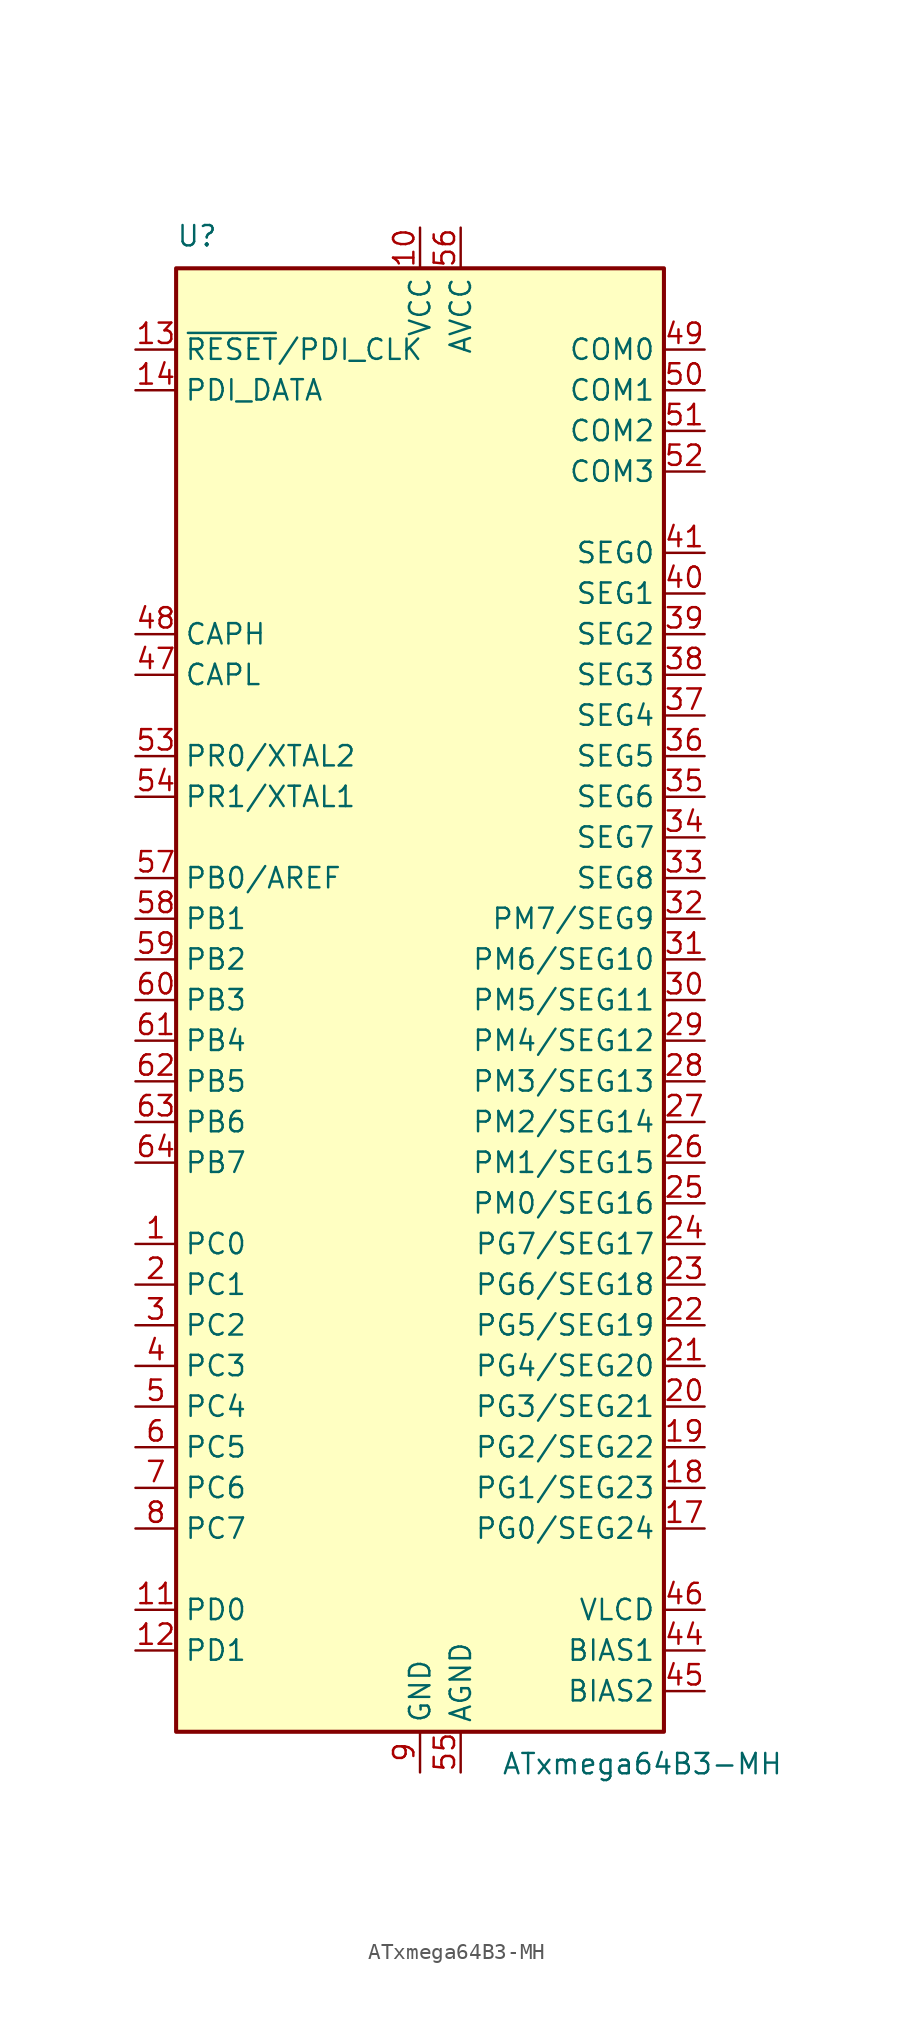
<source format=kicad_sym>
(kicad_symbol_lib
  (version 20201005)
  (generator kicad_symbol_editor)
  (symbol "ATxmega64B3-MH"
    (property "Reference" "U"
      (at -15.24 46.99 0)
      (effects (font (size 1.27 1.27)) (justify left bottom)))
    (property "Value" "ATxmega64B3-MH"
      (at 5.08 -46.99 0)
      (effects (font (size 1.27 1.27)) (justify left top)))
    (symbol "ATxmega64B3-MH_0_1"
      (rectangle (start -15.24 -45.72) (end 15.24 45.72) (stroke (width 0.254)) (fill (type background))))
    (symbol "ATxmega64B3-MH_1_1"
      (pin tri_state line (at -17.78 -15.24 0) (length 2.54) (name "PC0" (effects (font (size 1.27 1.27)))) (number "1" (effects (font (size 1.27 1.27)))))
      (pin power_in line (at 0 48.26 270) (length 2.54) (name "VCC" (effects (font (size 1.27 1.27)))) (number "10" (effects (font (size 1.27 1.27)))))
      (pin tri_state line (at -17.78 -38.1 0) (length 2.54) (name "PD0" (effects (font (size 1.27 1.27)))) (number "11" (effects (font (size 1.27 1.27)))))
      (pin tri_state line (at -17.78 -40.64 0) (length 2.54) (name "PD1" (effects (font (size 1.27 1.27)))) (number "12" (effects (font (size 1.27 1.27)))))
      (pin input line (at -17.78 40.64 0) (length 2.54) (name "~RESET~/PDI_CLK" (effects (font (size 1.27 1.27)))) (number "13" (effects (font (size 1.27 1.27)))))
      (pin bidirectional line (at -17.78 38.1 0) (length 2.54) (name "PDI_DATA" (effects (font (size 1.27 1.27)))) (number "14" (effects (font (size 1.27 1.27)))))
      (pin passive line (at 0 -48.26 90) (length 2.54) hide (name "GND" (effects (font (size 1.27 1.27)))) (number "15" (effects (font (size 1.27 1.27)))))
      (pin passive line (at 0 48.26 270) (length 2.54) hide (name "VCC" (effects (font (size 1.27 1.27)))) (number "16" (effects (font (size 1.27 1.27)))))
      (pin tri_state line (at 17.78 -33.02 180) (length 2.54) (name "PG0/SEG24" (effects (font (size 1.27 1.27)))) (number "17" (effects (font (size 1.27 1.27)))))
      (pin tri_state line (at 17.78 -30.48 180) (length 2.54) (name "PG1/SEG23" (effects (font (size 1.27 1.27)))) (number "18" (effects (font (size 1.27 1.27)))))
      (pin tri_state line (at 17.78 -27.94 180) (length 2.54) (name "PG2/SEG22" (effects (font (size 1.27 1.27)))) (number "19" (effects (font (size 1.27 1.27)))))
      (pin tri_state line (at -17.78 -17.78 0) (length 2.54) (name "PC1" (effects (font (size 1.27 1.27)))) (number "2" (effects (font (size 1.27 1.27)))))
      (pin tri_state line (at 17.78 -25.4 180) (length 2.54) (name "PG3/SEG21" (effects (font (size 1.27 1.27)))) (number "20" (effects (font (size 1.27 1.27)))))
      (pin tri_state line (at 17.78 -22.86 180) (length 2.54) (name "PG4/SEG20" (effects (font (size 1.27 1.27)))) (number "21" (effects (font (size 1.27 1.27)))))
      (pin tri_state line (at 17.78 -20.32 180) (length 2.54) (name "PG5/SEG19" (effects (font (size 1.27 1.27)))) (number "22" (effects (font (size 1.27 1.27)))))
      (pin tri_state line (at 17.78 -17.78 180) (length 2.54) (name "PG6/SEG18" (effects (font (size 1.27 1.27)))) (number "23" (effects (font (size 1.27 1.27)))))
      (pin tri_state line (at 17.78 -15.24 180) (length 2.54) (name "PG7/SEG17" (effects (font (size 1.27 1.27)))) (number "24" (effects (font (size 1.27 1.27)))))
      (pin tri_state line (at 17.78 -12.7 180) (length 2.54) (name "PM0/SEG16" (effects (font (size 1.27 1.27)))) (number "25" (effects (font (size 1.27 1.27)))))
      (pin tri_state line (at 17.78 -10.16 180) (length 2.54) (name "PM1/SEG15" (effects (font (size 1.27 1.27)))) (number "26" (effects (font (size 1.27 1.27)))))
      (pin tri_state line (at 17.78 -7.62 180) (length 2.54) (name "PM2/SEG14" (effects (font (size 1.27 1.27)))) (number "27" (effects (font (size 1.27 1.27)))))
      (pin tri_state line (at 17.78 -5.08 180) (length 2.54) (name "PM3/SEG13" (effects (font (size 1.27 1.27)))) (number "28" (effects (font (size 1.27 1.27)))))
      (pin tri_state line (at 17.78 -2.54 180) (length 2.54) (name "PM4/SEG12" (effects (font (size 1.27 1.27)))) (number "29" (effects (font (size 1.27 1.27)))))
      (pin tri_state line (at -17.78 -20.32 0) (length 2.54) (name "PC2" (effects (font (size 1.27 1.27)))) (number "3" (effects (font (size 1.27 1.27)))))
      (pin tri_state line (at 17.78 0 180) (length 2.54) (name "PM5/SEG11" (effects (font (size 1.27 1.27)))) (number "30" (effects (font (size 1.27 1.27)))))
      (pin tri_state line (at 17.78 2.54 180) (length 2.54) (name "PM6/SEG10" (effects (font (size 1.27 1.27)))) (number "31" (effects (font (size 1.27 1.27)))))
      (pin tri_state line (at 17.78 5.08 180) (length 2.54) (name "PM7/SEG9" (effects (font (size 1.27 1.27)))) (number "32" (effects (font (size 1.27 1.27)))))
      (pin output line (at 17.78 7.62 180) (length 2.54) (name "SEG8" (effects (font (size 1.27 1.27)))) (number "33" (effects (font (size 1.27 1.27)))))
      (pin output line (at 17.78 10.16 180) (length 2.54) (name "SEG7" (effects (font (size 1.27 1.27)))) (number "34" (effects (font (size 1.27 1.27)))))
      (pin output line (at 17.78 12.7 180) (length 2.54) (name "SEG6" (effects (font (size 1.27 1.27)))) (number "35" (effects (font (size 1.27 1.27)))))
      (pin output line (at 17.78 15.24 180) (length 2.54) (name "SEG5" (effects (font (size 1.27 1.27)))) (number "36" (effects (font (size 1.27 1.27)))))
      (pin output line (at 17.78 17.78 180) (length 2.54) (name "SEG4" (effects (font (size 1.27 1.27)))) (number "37" (effects (font (size 1.27 1.27)))))
      (pin output line (at 17.78 20.32 180) (length 2.54) (name "SEG3" (effects (font (size 1.27 1.27)))) (number "38" (effects (font (size 1.27 1.27)))))
      (pin output line (at 17.78 22.86 180) (length 2.54) (name "SEG2" (effects (font (size 1.27 1.27)))) (number "39" (effects (font (size 1.27 1.27)))))
      (pin tri_state line (at -17.78 -22.86 0) (length 2.54) (name "PC3" (effects (font (size 1.27 1.27)))) (number "4" (effects (font (size 1.27 1.27)))))
      (pin output line (at 17.78 25.4 180) (length 2.54) (name "SEG1" (effects (font (size 1.27 1.27)))) (number "40" (effects (font (size 1.27 1.27)))))
      (pin output line (at 17.78 27.94 180) (length 2.54) (name "SEG0" (effects (font (size 1.27 1.27)))) (number "41" (effects (font (size 1.27 1.27)))))
      (pin passive line (at 0 -48.26 90) (length 2.54) hide (name "GND" (effects (font (size 1.27 1.27)))) (number "42" (effects (font (size 1.27 1.27)))))
      (pin passive line (at 0 48.26 270) (length 2.54) hide (name "VCC" (effects (font (size 1.27 1.27)))) (number "43" (effects (font (size 1.27 1.27)))))
      (pin power_out line (at 17.78 -40.64 180) (length 2.54) (name "BIAS1" (effects (font (size 1.27 1.27)))) (number "44" (effects (font (size 1.27 1.27)))))
      (pin power_out line (at 17.78 -43.18 180) (length 2.54) (name "BIAS2" (effects (font (size 1.27 1.27)))) (number "45" (effects (font (size 1.27 1.27)))))
      (pin power_out line (at 17.78 -38.1 180) (length 2.54) (name "VLCD" (effects (font (size 1.27 1.27)))) (number "46" (effects (font (size 1.27 1.27)))))
      (pin passive line (at -17.78 20.32 0) (length 2.54) (name "CAPL" (effects (font (size 1.27 1.27)))) (number "47" (effects (font (size 1.27 1.27)))))
      (pin passive line (at -17.78 22.86 0) (length 2.54) (name "CAPH" (effects (font (size 1.27 1.27)))) (number "48" (effects (font (size 1.27 1.27)))))
      (pin output line (at 17.78 40.64 180) (length 2.54) (name "COM0" (effects (font (size 1.27 1.27)))) (number "49" (effects (font (size 1.27 1.27)))))
      (pin tri_state line (at -17.78 -25.4 0) (length 2.54) (name "PC4" (effects (font (size 1.27 1.27)))) (number "5" (effects (font (size 1.27 1.27)))))
      (pin output line (at 17.78 38.1 180) (length 2.54) (name "COM1" (effects (font (size 1.27 1.27)))) (number "50" (effects (font (size 1.27 1.27)))))
      (pin output line (at 17.78 35.56 180) (length 2.54) (name "COM2" (effects (font (size 1.27 1.27)))) (number "51" (effects (font (size 1.27 1.27)))))
      (pin output line (at 17.78 33.02 180) (length 2.54) (name "COM3" (effects (font (size 1.27 1.27)))) (number "52" (effects (font (size 1.27 1.27)))))
      (pin tri_state line (at -17.78 15.24 0) (length 2.54) (name "PR0/XTAL2" (effects (font (size 1.27 1.27)))) (number "53" (effects (font (size 1.27 1.27)))))
      (pin tri_state line (at -17.78 12.7 0) (length 2.54) (name "PR1/XTAL1" (effects (font (size 1.27 1.27)))) (number "54" (effects (font (size 1.27 1.27)))))
      (pin power_in line (at 2.54 -48.26 90) (length 2.54) (name "AGND" (effects (font (size 1.27 1.27)))) (number "55" (effects (font (size 1.27 1.27)))))
      (pin power_in line (at 2.54 48.26 270) (length 2.54) (name "AVCC" (effects (font (size 1.27 1.27)))) (number "56" (effects (font (size 1.27 1.27)))))
      (pin tri_state line (at -17.78 7.62 0) (length 2.54) (name "PB0/AREF" (effects (font (size 1.27 1.27)))) (number "57" (effects (font (size 1.27 1.27)))))
      (pin tri_state line (at -17.78 5.08 0) (length 2.54) (name "PB1" (effects (font (size 1.27 1.27)))) (number "58" (effects (font (size 1.27 1.27)))))
      (pin tri_state line (at -17.78 2.54 0) (length 2.54) (name "PB2" (effects (font (size 1.27 1.27)))) (number "59" (effects (font (size 1.27 1.27)))))
      (pin tri_state line (at -17.78 -27.94 0) (length 2.54) (name "PC5" (effects (font (size 1.27 1.27)))) (number "6" (effects (font (size 1.27 1.27)))))
      (pin tri_state line (at -17.78 0 0) (length 2.54) (name "PB3" (effects (font (size 1.27 1.27)))) (number "60" (effects (font (size 1.27 1.27)))))
      (pin tri_state line (at -17.78 -2.54 0) (length 2.54) (name "PB4" (effects (font (size 1.27 1.27)))) (number "61" (effects (font (size 1.27 1.27)))))
      (pin tri_state line (at -17.78 -5.08 0) (length 2.54) (name "PB5" (effects (font (size 1.27 1.27)))) (number "62" (effects (font (size 1.27 1.27)))))
      (pin tri_state line (at -17.78 -7.62 0) (length 2.54) (name "PB6" (effects (font (size 1.27 1.27)))) (number "63" (effects (font (size 1.27 1.27)))))
      (pin tri_state line (at -17.78 -10.16 0) (length 2.54) (name "PB7" (effects (font (size 1.27 1.27)))) (number "64" (effects (font (size 1.27 1.27)))))
      (pin passive line (at 0 -48.26 90) (length 2.54) hide (name "GND" (effects (font (size 1.27 1.27)))) (number "65" (effects (font (size 1.27 1.27)))))
      (pin tri_state line (at -17.78 -30.48 0) (length 2.54) (name "PC6" (effects (font (size 1.27 1.27)))) (number "7" (effects (font (size 1.27 1.27)))))
      (pin tri_state line (at -17.78 -33.02 0) (length 2.54) (name "PC7" (effects (font (size 1.27 1.27)))) (number "8" (effects (font (size 1.27 1.27)))))
      (pin power_in line (at 0 -48.26 90) (length 2.54) (name "GND" (effects (font (size 1.27 1.27)))) (number "9" (effects (font (size 1.27 1.27))))))))
</source>
